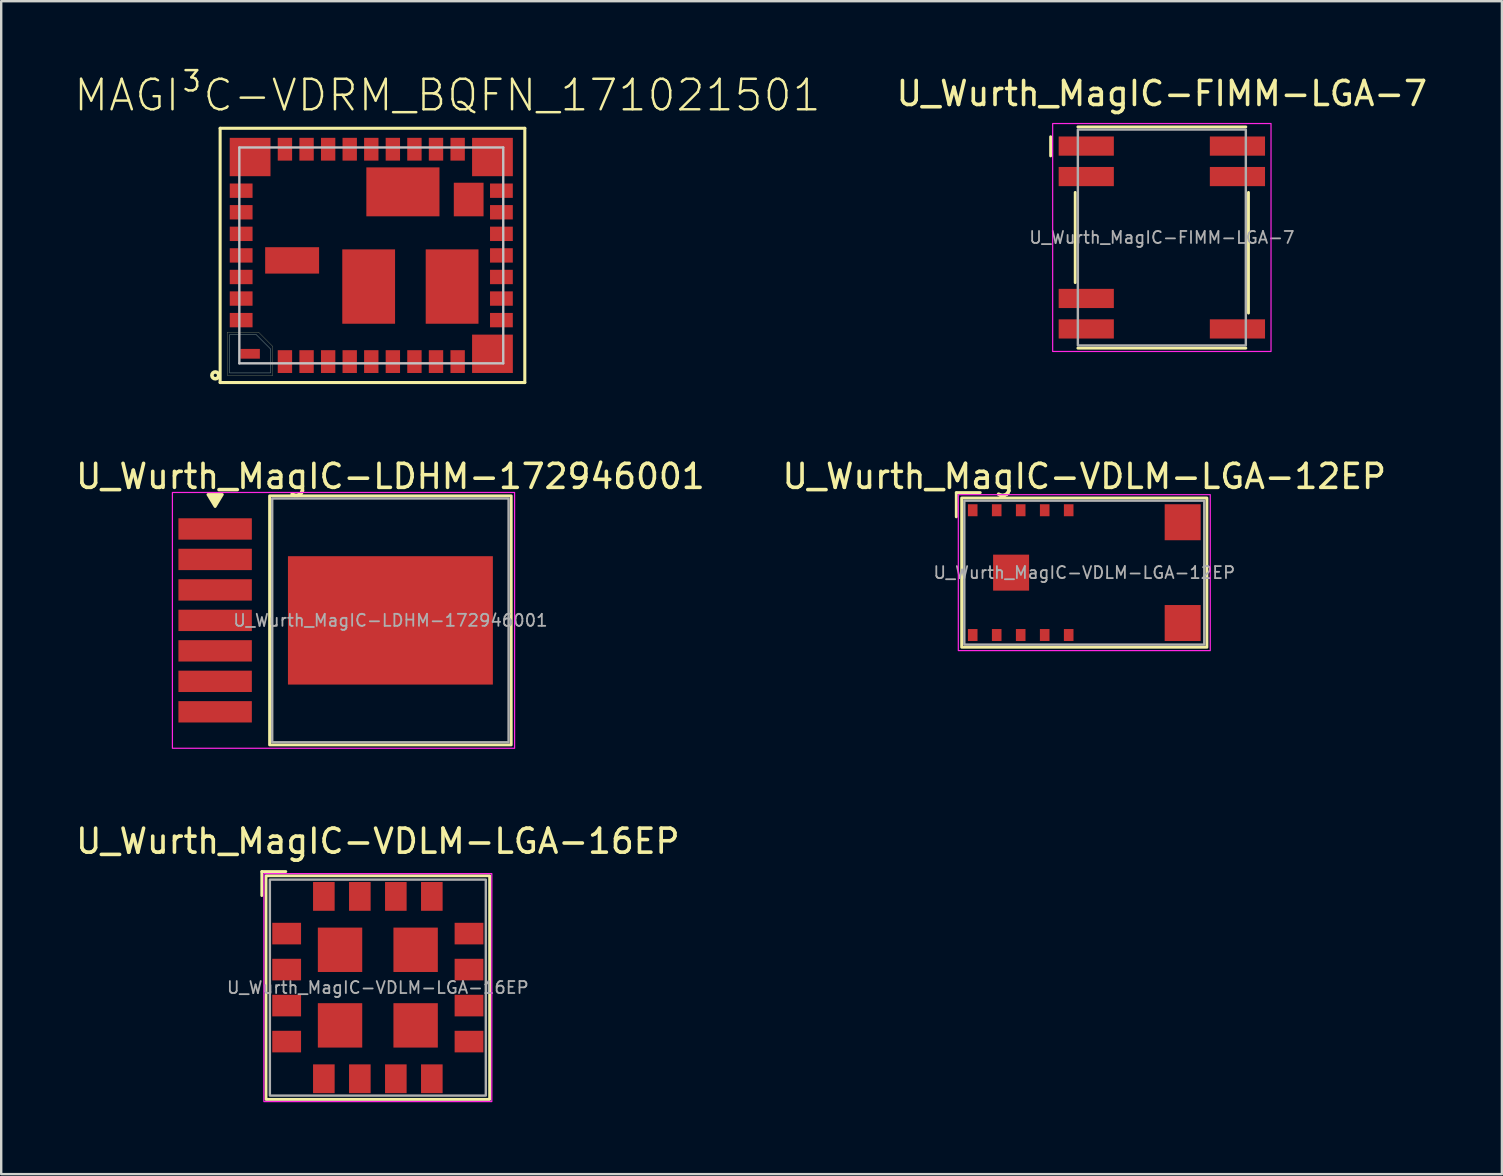
<source format=kicad_pcb>
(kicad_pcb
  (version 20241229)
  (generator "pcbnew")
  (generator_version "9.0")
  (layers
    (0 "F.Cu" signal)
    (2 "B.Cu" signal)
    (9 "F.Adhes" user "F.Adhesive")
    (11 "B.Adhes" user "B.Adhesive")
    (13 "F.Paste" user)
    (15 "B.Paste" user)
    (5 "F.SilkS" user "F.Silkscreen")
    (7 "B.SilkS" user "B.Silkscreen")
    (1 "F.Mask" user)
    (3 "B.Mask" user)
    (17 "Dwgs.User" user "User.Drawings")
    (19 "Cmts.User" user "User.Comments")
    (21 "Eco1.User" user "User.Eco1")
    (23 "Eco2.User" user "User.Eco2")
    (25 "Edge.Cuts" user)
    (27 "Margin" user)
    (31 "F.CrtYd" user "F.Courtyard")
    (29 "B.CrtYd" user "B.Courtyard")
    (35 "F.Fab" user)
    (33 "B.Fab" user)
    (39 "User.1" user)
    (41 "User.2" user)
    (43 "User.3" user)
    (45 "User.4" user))
  (footprint "U_Wurth_MagIC-VDLM-LGA-16EP"
    (layer "F.Cu")
    (at 12.696 38.107)
    (property "Reference" "U_Wurth_MagIC-VDLM-LGA-16EP" (at 0 -6.1 0) (unlocked yes) (layer "F.SilkS") (effects (font (size 1 1) (thickness 0.15))))
    (attr smd)
    (fp_line (start -4.835 -4.835) (end -4.835 -3.835) (stroke (width 0.12) (type default)) (layer "F.SilkS"))
    (fp_line (start -4.835 -4.835) (end -3.835 -4.835) (stroke (width 0.12) (type default)) (layer "F.SilkS"))
    (fp_rect (start -4.66 -4.66) (end 4.66 4.66) (stroke (width 0.12) (type default)) (fill no) (layer "F.SilkS"))
    (fp_rect (start -4.75 -4.75) (end 4.75 4.75) (stroke (width 0.05) (type default)) (fill no) (layer "F.CrtYd"))
    (fp_rect (start -4.5 -4.5) (end 4.5 4.5) (stroke (width 0.1) (type default)) (fill no) (layer "F.Fab"))
    (fp_text user "${REFERENCE}" (at 0 0 0) (unlocked yes) (layer "F.Fab") (effects (font (size 0.5 0.5) (thickness 0.075))))
    (pad "" smd rect (at -3.8 -2.25 90) (size 0.85 1.15) (layers "F.Paste"))
    (pad "" smd rect (at -3.8 -0.75 90) (size 0.85 1.15) (layers "F.Paste"))
    (pad "" smd rect (at -3.8 0.75 90) (size 0.85 1.15) (layers "F.Paste"))
    (pad "" smd rect (at -3.8 2.25 90) (size 0.85 1.15) (layers "F.Paste"))
    (pad "" smd rect (at -2.25 -3.8) (size 0.85 1.15) (layers "F.Paste"))
    (pad "" smd rect (at -2.25 3.8) (size 0.85 1.15) (layers "F.Paste"))
    (pad "" smd rect (at -1.575 -1.575) (size 1.65 1.65) (layers "F.Paste"))
    (pad "" smd rect (at -1.575 1.575) (size 1.65 1.65) (layers "F.Paste"))
    (pad "" smd rect (at -0.75 -3.8) (size 0.85 1.15) (layers "F.Paste"))
    (pad "" smd rect (at -0.75 3.8) (size 0.85 1.15) (layers "F.Paste"))
    (pad "" smd rect (at 0.75 -3.8) (size 0.85 1.15) (layers "F.Paste"))
    (pad "" smd rect (at 0.75 3.8) (size 0.85 1.15) (layers "F.Paste"))
    (pad "" smd rect (at 1.575 -1.575) (size 1.65 1.65) (layers "F.Paste"))
    (pad "" smd rect (at 1.575 1.575) (size 1.65 1.65) (layers "F.Paste"))
    (pad "" smd rect (at 2.25 -3.8) (size 0.85 1.15) (layers "F.Paste"))
    (pad "" smd rect (at 2.25 3.8) (size 0.85 1.15) (layers "F.Paste"))
    (pad "" smd rect (at 3.8 -2.25 270) (size 0.85 1.15) (layers "F.Paste"))
    (pad "" smd rect (at 3.8 -0.75 270) (size 0.85 1.15) (layers "F.Paste"))
    (pad "" smd rect (at 3.8 0.75 270) (size 0.85 1.15) (layers "F.Paste"))
    (pad "" smd rect (at 3.8 2.25 270) (size 0.85 1.15) (layers "F.Paste"))
    (pad "1" smd rect (at -3.8 -2.25 90) (size 0.9 1.2) (layers "F.Cu" "F.Mask"))
    (pad "2" smd rect (at -3.8 -0.75 90) (size 0.9 1.2) (layers "F.Cu" "F.Mask"))
    (pad "3" smd rect (at -3.8 0.75 90) (size 0.9 1.2) (layers "F.Cu" "F.Mask"))
    (pad "4" smd rect (at -3.8 2.25 90) (size 0.9 1.2) (layers "F.Cu" "F.Mask"))
    (pad "5" smd rect (at -2.25 3.8) (size 0.9 1.2) (layers "F.Cu" "F.Mask"))
    (pad "6" smd rect (at -0.75 3.8) (size 0.9 1.2) (layers "F.Cu" "F.Mask"))
    (pad "7" smd rect (at 0.75 3.8) (size 0.9 1.2) (layers "F.Cu" "F.Mask"))
    (pad "8" smd rect (at 2.25 3.8) (size 0.9 1.2) (layers "F.Cu" "F.Mask"))
    (pad "9" smd rect (at 3.8 2.25 270) (size 0.9 1.2) (layers "F.Cu" "F.Mask"))
    (pad "10" smd rect (at 3.8 0.75 270) (size 0.9 1.2) (layers "F.Cu" "F.Mask"))
    (pad "11" smd rect (at 3.8 -0.75 270) (size 0.9 1.2) (layers "F.Cu" "F.Mask"))
    (pad "12" smd rect (at 3.8 -2.25 270) (size 0.9 1.2) (layers "F.Cu" "F.Mask"))
    (pad "13" smd rect (at 2.25 -3.8) (size 0.9 1.2) (layers "F.Cu" "F.Mask"))
    (pad "14" smd rect (at 0.75 -3.8) (size 0.9 1.2) (layers "F.Cu" "F.Mask"))
    (pad "15" smd rect (at -0.75 -3.8) (size 0.9 1.2) (layers "F.Cu" "F.Mask"))
    (pad "16" smd rect (at -2.25 -3.8) (size 0.9 1.2) (layers "F.Cu" "F.Mask"))
    (pad "EP" smd rect (at -1.575 -1.575) (size 1.85 1.85) (layers "F.Cu" "F.Mask"))
    (pad "EP" smd rect (at -1.575 1.575) (size 1.85 1.85) (layers "F.Cu" "F.Mask"))
    (pad "EP" smd rect (at 1.575 -1.575) (size 1.85 1.85) (layers "F.Cu" "F.Mask"))
    (pad "EP" smd rect (at 1.575 1.575) (size 1.85 1.85) (layers "F.Cu" "F.Mask")))
  (footprint "MAGI³C-VDRM_BQFN_171021501"
    (layer "F.Cu")
    (at 12.423 7.594)
    (property "Reference" "MAGI³C-VDRM_BQFN_171021501" (at 3.175 -6.673 0) (layer "F.SilkS") (effects (font (size 1.27 1.27) (thickness 0.102))))
    (attr smd)
    (fp_line (start -5.898 3.299) (end -4.798 3.299) (stroke (width 0.008) (type solid)) (layer "B.Cu"))
    (fp_line (start -5.898 4.9) (end -5.898 3.299) (stroke (width 0.008) (type solid)) (layer "B.Cu"))
    (fp_line (start -4.798 3.299) (end -4.199 3.899) (stroke (width 0.008) (type solid)) (layer "B.Cu"))
    (fp_line (start -4.199 3.899) (end -4.199 4.9) (stroke (width 0.008) (type solid)) (layer "B.Cu"))
    (fp_line (start -4.199 4.9) (end -5.898 4.9) (stroke (width 0.008) (type solid)) (layer "B.Cu"))
    (fp_line (start -6.299 -5.298) (end 6.398 -5.298) (stroke (width 0.127) (type solid)) (layer "F.SilkS"))
    (fp_line (start -6.299 5.298) (end -6.299 -5.298) (stroke (width 0.127) (type solid)) (layer "F.SilkS"))
    (fp_line (start -5.999 3.198) (end -4.699 3.198) (stroke (width 0.008) (type solid)) (layer "F.SilkS"))
    (fp_line (start -5.999 4.999) (end -5.999 3.198) (stroke (width 0.008) (type solid)) (layer "F.SilkS"))
    (fp_line (start -5.898 3.299) (end -4.798 3.299) (stroke (width 0.008) (type solid)) (layer "F.SilkS"))
    (fp_line (start -5.898 4.9) (end -5.898 3.299) (stroke (width 0.008) (type solid)) (layer "F.SilkS"))
    (fp_line (start -4.798 3.299) (end -4.199 3.899) (stroke (width 0.008) (type solid)) (layer "F.SilkS"))
    (fp_line (start -4.699 3.198) (end -4.1 3.8) (stroke (width 0.008) (type solid)) (layer "F.SilkS"))
    (fp_line (start -4.199 3.899) (end -4.199 4.9) (stroke (width 0.008) (type solid)) (layer "F.SilkS"))
    (fp_line (start -4.199 4.9) (end -5.898 4.9) (stroke (width 0.008) (type solid)) (layer "F.SilkS"))
    (fp_line (start -4.1 3.8) (end -4.1 4.999) (stroke (width 0.008) (type solid)) (layer "F.SilkS"))
    (fp_line (start -4.1 4.999) (end -5.999 4.999) (stroke (width 0.008) (type solid)) (layer "F.SilkS"))
    (fp_line (start 6.398 -5.298) (end 6.398 5.298) (stroke (width 0.127) (type solid)) (layer "F.SilkS"))
    (fp_line (start 6.398 5.298) (end -6.299 5.298) (stroke (width 0.127) (type solid)) (layer "F.SilkS"))
    (fp_circle (center -6.5 4.999) (end -6.548 5.047) (stroke (width 0.15) (type solid)) (fill no) (layer "F.SilkS"))
    (fp_line (start -5.499 -4.498) (end -5.499 4.498) (stroke (width 0.099) (type solid)) (layer "Dwgs.User"))
    (fp_line (start -5.499 -4.498) (end 5.499 -4.498) (stroke (width 0.099) (type solid)) (layer "Dwgs.User"))
    (fp_line (start -5.499 4.498) (end 5.499 4.498) (stroke (width 0.099) (type solid)) (layer "Dwgs.User"))
    (fp_line (start 5.499 -4.498) (end 5.499 4.498) (stroke (width 0.099) (type solid)) (layer "Dwgs.User"))
    (pad "1" smd rect (at -5.05 4.1) (size 0.813 0.406) (layers "F.Cu" "F.Mask" "F.Paste"))
    (pad "2" smd rect (at -3.599 4.425 90) (size 0.95 0.599) (layers "F.Cu" "F.Mask" "F.Paste"))
    (pad "3" smd rect (at -2.697 4.425 90) (size 0.95 0.599) (layers "F.Cu" "F.Mask" "F.Paste"))
    (pad "4" smd rect (at -1.798 4.425 90) (size 0.95 0.599) (layers "F.Cu" "F.Mask" "F.Paste"))
    (pad "5" smd rect (at -0.899 4.425 90) (size 0.95 0.599) (layers "F.Cu" "F.Mask" "F.Paste"))
    (pad "6" smd rect (at 0 4.425 90) (size 0.95 0.599) (layers "F.Cu" "F.Mask" "F.Paste"))
    (pad "7" smd rect (at 0.899 4.425 90) (size 0.95 0.599) (layers "F.Cu" "F.Mask" "F.Paste"))
    (pad "8" smd rect (at 1.798 4.425 90) (size 0.95 0.599) (layers "F.Cu" "F.Mask" "F.Paste"))
    (pad "9" smd rect (at 2.697 4.425 90) (size 0.95 0.599) (layers "F.Cu" "F.Mask" "F.Paste"))
    (pad "10" smd rect (at 3.599 4.425 90) (size 0.95 0.599) (layers "F.Cu" "F.Mask" "F.Paste"))
    (pad "11" smd rect (at 5.05 4.1) (size 1.699 1.598) (layers "F.Cu" "F.Mask" "F.Paste"))
    (pad "12" smd rect (at 5.423 2.697 180) (size 0.95 0.599) (layers "F.Cu" "F.Mask" "F.Paste"))
    (pad "13" smd rect (at 5.423 1.798 180) (size 0.95 0.599) (layers "F.Cu" "F.Mask" "F.Paste"))
    (pad "14" smd rect (at 5.423 0.899 180) (size 0.95 0.599) (layers "F.Cu" "F.Mask" "F.Paste"))
    (pad "15" smd rect (at 5.423 0 180) (size 0.95 0.599) (layers "F.Cu" "F.Mask" "F.Paste"))
    (pad "16" smd rect (at 5.423 -0.899 180) (size 0.95 0.599) (layers "F.Cu" "F.Mask" "F.Paste"))
    (pad "17" smd rect (at 5.423 -1.798 180) (size 0.95 0.599) (layers "F.Cu" "F.Mask" "F.Paste"))
    (pad "18" smd rect (at 5.423 -2.697 180) (size 0.95 0.599) (layers "F.Cu" "F.Mask" "F.Paste"))
    (pad "19" smd rect (at 5.05 -4.1) (size 1.699 1.598) (layers "F.Cu" "F.Mask" "F.Paste"))
    (pad "20" smd rect (at 3.599 -4.425 90) (size 0.95 0.599) (layers "F.Cu" "F.Mask" "F.Paste"))
    (pad "21" smd rect (at 2.697 -4.425 90) (size 0.95 0.599) (layers "F.Cu" "F.Mask" "F.Paste"))
    (pad "22" smd rect (at 1.798 -4.425 90) (size 0.95 0.599) (layers "F.Cu" "F.Mask" "F.Paste"))
    (pad "23" smd rect (at 0.899 -4.425 90) (size 0.95 0.599) (layers "F.Cu" "F.Mask" "F.Paste"))
    (pad "24" smd rect (at 0 -4.425 90) (size 0.95 0.599) (layers "F.Cu" "F.Mask" "F.Paste"))
    (pad "25" smd rect (at -0.899 -4.425 90) (size 0.95 0.599) (layers "F.Cu" "F.Mask" "F.Paste"))
    (pad "26" smd rect (at -1.798 -4.425 90) (size 0.95 0.599) (layers "F.Cu" "F.Mask" "F.Paste"))
    (pad "27" smd rect (at -2.697 -4.425 90) (size 0.95 0.599) (layers "F.Cu" "F.Mask" "F.Paste"))
    (pad "28" smd rect (at -3.599 -4.425 90) (size 0.95 0.599) (layers "F.Cu" "F.Mask" "F.Paste"))
    (pad "29" smd rect (at -5.05 -4.1) (size 1.699 1.598) (layers "F.Cu" "F.Mask" "F.Paste"))
    (pad "30" smd rect (at -5.423 -2.697 180) (size 0.95 0.599) (layers "F.Cu" "F.Mask" "F.Paste"))
    (pad "31" smd rect (at -5.423 -1.798 180) (size 0.95 0.599) (layers "F.Cu" "F.Mask" "F.Paste"))
    (pad "32" smd rect (at -5.423 -0.899 180) (size 0.95 0.599) (layers "F.Cu" "F.Mask" "F.Paste"))
    (pad "33" smd rect (at -5.423 0 180) (size 0.95 0.599) (layers "F.Cu" "F.Mask" "F.Paste"))
    (pad "34" smd rect (at -5.423 0.899 180) (size 0.95 0.599) (layers "F.Cu" "F.Mask" "F.Paste"))
    (pad "35" smd rect (at -5.423 1.798 180) (size 0.95 0.599) (layers "F.Cu" "F.Mask" "F.Paste"))
    (pad "36" smd rect (at -5.423 2.697 180) (size 0.95 0.599) (layers "F.Cu" "F.Mask" "F.Paste"))
    (pad "37" smd rect (at -3.299 0.208) (size 2.248 1.1) (layers "F.Cu" "F.Mask" "F.Paste"))
    (pad "38" smd rect (at -0.109 1.298 90) (size 3.099 2.2) (layers "F.Cu" "F.Mask" "F.Paste"))
    (pad "39" smd rect (at 3.368 1.298 90) (size 3.099 2.2) (layers "F.Cu" "F.Mask" "F.Paste"))
    (pad "40" smd rect (at 4.059 -2.329 90) (size 1.4 1.24) (layers "F.Cu" "F.Mask" "F.Paste"))
    (pad "41" smd rect (at 1.318 -2.649 90) (size 2.04 3.048) (layers "F.Cu" "F.Mask" "F.Paste")))
  (footprint "U_Wurth_MagIC-LDHM-172946001"
    (layer "F.Cu")
    (at 13.22 22.804)
    (property "Reference" "U_Wurth_MagIC-LDHM-172946001" (at 0 -6 0) (layer "F.SilkS") (effects (font (size 1 1) (thickness 0.15))))
    (attr smd)
    (fp_rect (start -5.035 -5.19) (end 5.035 5.19) (stroke (width 0.12) (type default)) (fill no) (layer "F.SilkS"))
    (fp_poly (pts (xy -7.005 -5.245) (xy -7.305 -4.745) (xy -7.605 -5.245)) (stroke (width 0.12) (type solid)) (fill yes) (layer "F.SilkS"))
    (fp_rect (start -9.085 -5.33) (end 5.175 5.33) (stroke (width 0.05) (type default)) (fill no) (layer "F.CrtYd"))
    (fp_rect (start -4.925 -5.08) (end 4.925 5.08) (stroke (width 0.1) (type default)) (fill no) (layer "F.Fab"))
    (fp_text user "${REFERENCE}" (at 0 0 0) (unlocked yes) (layer "F.Fab") (effects (font (size 0.5 0.5) (thickness 0.075))))
    (pad "" smd rect (at -3.45 -1.935) (size 0.95 1.09) (layers "F.Paste"))
    (pad "" smd rect (at -3.45 -0.645) (size 0.95 1.09) (layers "F.Paste"))
    (pad "" smd rect (at -3.45 0.645) (size 0.95 1.09) (layers "F.Paste"))
    (pad "" smd rect (at -3.45 1.935) (size 0.95 1.09) (layers "F.Paste"))
    (pad "" smd rect (at -2.3 -1.935) (size 0.95 1.09) (layers "F.Paste"))
    (pad "" smd rect (at -2.3 -0.645) (size 0.95 1.09) (layers "F.Paste"))
    (pad "" smd rect (at -2.3 0.645) (size 0.95 1.09) (layers "F.Paste"))
    (pad "" smd rect (at -2.3 1.935) (size 0.95 1.09) (layers "F.Paste"))
    (pad "" smd rect (at -1.15 -1.935) (size 0.95 1.09) (layers "F.Paste"))
    (pad "" smd rect (at -1.15 -0.645) (size 0.95 1.09) (layers "F.Paste"))
    (pad "" smd rect (at -1.15 0.645) (size 0.95 1.09) (layers "F.Paste"))
    (pad "" smd rect (at -1.15 1.935) (size 0.95 1.09) (layers "F.Paste"))
    (pad "" smd rect (at 0 -1.935) (size 0.95 1.09) (layers "F.Paste"))
    (pad "" smd rect (at 0 -0.645) (size 0.95 1.09) (layers "F.Paste"))
    (pad "" smd rect (at 0 0.645) (size 0.95 1.09) (layers "F.Paste"))
    (pad "" smd rect (at 0 1.935) (size 0.95 1.09) (layers "F.Paste"))
    (pad "" smd rect (at 1.15 -1.935) (size 0.95 1.09) (layers "F.Paste"))
    (pad "" smd rect (at 1.15 -0.645) (size 0.95 1.09) (layers "F.Paste"))
    (pad "" smd rect (at 1.15 0.645) (size 0.95 1.09) (layers "F.Paste"))
    (pad "" smd rect (at 1.15 1.935) (size 0.95 1.09) (layers "F.Paste"))
    (pad "" smd rect (at 2.3 -1.935) (size 0.95 1.09) (layers "F.Paste"))
    (pad "" smd rect (at 2.3 -0.645) (size 0.95 1.09) (layers "F.Paste"))
    (pad "" smd rect (at 2.3 0.645) (size 0.95 1.09) (layers "F.Paste"))
    (pad "" smd rect (at 2.3 1.935) (size 0.95 1.09) (layers "F.Paste"))
    (pad "" smd rect (at 3.45 -1.935) (size 0.95 1.09) (layers "F.Paste"))
    (pad "" smd rect (at 3.45 -0.645) (size 0.95 1.09) (layers "F.Paste"))
    (pad "" smd rect (at 3.45 0.645) (size 0.95 1.09) (layers "F.Paste"))
    (pad "" smd rect (at 3.45 1.935) (size 0.95 1.09) (layers "F.Paste"))
    (pad "1" smd rect (at -7.305 -3.81) (size 3.06 0.89) (layers "F.Cu" "F.Mask" "F.Paste"))
    (pad "2" smd rect (at -7.305 -2.54) (size 3.06 0.89) (layers "F.Cu" "F.Mask" "F.Paste"))
    (pad "3" smd rect (at -7.305 -1.27) (size 3.06 0.89) (layers "F.Cu" "F.Mask" "F.Paste"))
    (pad "4" smd rect (at -7.305 0) (size 3.06 0.89) (layers "F.Cu" "F.Mask" "F.Paste"))
    (pad "5" smd rect (at -7.305 1.27) (size 3.06 0.89) (layers "F.Cu" "F.Mask" "F.Paste"))
    (pad "6" smd rect (at -7.305 2.54) (size 3.06 0.89) (layers "F.Cu" "F.Mask" "F.Paste"))
    (pad "7" smd rect (at -7.305 3.81) (size 3.06 0.89) (layers "F.Cu" "F.Mask" "F.Paste"))
    (pad "EP" smd rect (at 0 0) (size 8.54 5.35) (layers "F.Cu" "F.Mask")))
  (footprint "U_Wurth_MagIC-FIMM-LGA-7"
    (layer "F.Cu")
    (at 45.369 6.848)
    (property "Reference" "U_Wurth_MagIC-FIMM-LGA-7" (at 0 -6 0) (layer "F.SilkS") (effects (font (size 1 1) (thickness 0.15))))
    (attr smd)
    (fp_line (start -4.635 -4.2) (end -4.635 -3.4) (stroke (width 0.12) (type default)) (layer "F.SilkS"))
    (fp_line (start -3.61 -1.88) (end -3.61 1.88) (stroke (width 0.12) (type default)) (layer "F.SilkS"))
    (fp_line (start 3.5 -4.61) (end -3.5 -4.61) (stroke (width 0.12) (type default)) (layer "F.SilkS"))
    (fp_line (start 3.5 4.61) (end -3.5 4.61) (stroke (width 0.12) (type default)) (layer "F.SilkS"))
    (fp_line (start 3.61 -1.88) (end 3.61 3.15) (stroke (width 0.12) (type default)) (layer "F.SilkS"))
    (fp_rect (start 4.55 -4.75) (end -4.55 4.75) (stroke (width 0.05) (type default)) (fill no) (layer "F.CrtYd"))
    (fp_rect (start 3.5 -4.5) (end -3.5 4.5) (stroke (width 0.1) (type default)) (fill no) (layer "F.Fab"))
    (fp_text user "${REFERENCE}" (at 0 0 0) (layer "F.Fab") (effects (font (size 0.5 0.5) (thickness 0.075))))
    (pad "1" smd rect (at -3.15 -3.81 270) (size 0.8 2.3) (layers "F.Cu" "F.Mask" "F.Paste"))
    (pad "2" smd rect (at -3.15 -2.54 270) (size 0.8 2.3) (layers "F.Cu" "F.Mask" "F.Paste"))
    (pad "3" smd rect (at -3.15 2.54 270) (size 0.8 2.3) (layers "F.Cu" "F.Mask" "F.Paste"))
    (pad "4" smd rect (at -3.15 3.81 270) (size 0.8 2.3) (layers "F.Cu" "F.Mask" "F.Paste"))
    (pad "5" smd rect (at 3.15 3.81 270) (size 0.8 2.3) (layers "F.Cu" "F.Mask" "F.Paste"))
    (pad "6" smd rect (at 3.15 -2.54 270) (size 0.8 2.3) (layers "F.Cu" "F.Mask" "F.Paste"))
    (pad "7" smd rect (at 3.15 -3.81 270) (size 0.8 2.3) (layers "F.Cu" "F.Mask" "F.Paste")))
  (footprint "U_Wurth_MagIC-VDLM-LGA-12EP"
    (layer "F.Cu")
    (at 42.137 20.814)
    (property "Reference" "U_Wurth_MagIC-VDLM-LGA-12EP" (at 0 -4.01 0) (unlocked yes) (layer "F.SilkS") (effects (font (size 1 1) (thickness 0.15))))
    (attr smd)
    (fp_line (start -5.335 -3.335) (end -4.335 -3.335) (stroke (width 0.12) (type default)) (layer "F.SilkS"))
    (fp_line (start -5.335 -3.325) (end -5.335 -2.325) (stroke (width 0.12) (type default)) (layer "F.SilkS"))
    (fp_rect (start -5.11 -3.11) (end 5.11 3.11) (stroke (width 0.12) (type default)) (fill no) (layer "F.SilkS"))
    (fp_rect (start -5.25 -3.25) (end 5.25 3.25) (stroke (width 0.05) (type default)) (fill no) (layer "F.CrtYd"))
    (fp_rect (start -5 -3) (end 5 3) (stroke (width 0.1) (type default)) (fill no) (layer "F.Fab"))
    (fp_text user "${REFERENCE}" (at 0 0 0) (unlocked yes) (layer "F.Fab") (effects (font (size 0.5 0.5) (thickness 0.075))))
    (pad "1" smd rect (at -4.65 -2.6) (size 0.4 0.5) (layers "F.Cu" "F.Mask" "F.Paste"))
    (pad "2" smd rect (at -3.65 -2.6) (size 0.4 0.5) (layers "F.Cu" "F.Mask" "F.Paste"))
    (pad "3" smd rect (at -2.65 -2.6) (size 0.4 0.5) (layers "F.Cu" "F.Mask" "F.Paste"))
    (pad "4" smd rect (at -1.65 -2.6) (size 0.4 0.5) (layers "F.Cu" "F.Mask" "F.Paste"))
    (pad "5" smd rect (at -0.65 -2.6) (size 0.4 0.5) (layers "F.Cu" "F.Mask" "F.Paste"))
    (pad "6" smd rect (at 4.1 -2.1) (size 1.5 1.5) (layers "F.Cu" "F.Mask" "F.Paste"))
    (pad "7" smd rect (at 4.1 2.1) (size 1.5 1.5) (layers "F.Cu" "F.Mask" "F.Paste"))
    (pad "8" smd rect (at -0.65 2.6) (size 0.4 0.5) (layers "F.Cu" "F.Mask" "F.Paste"))
    (pad "9" smd rect (at -1.65 2.6) (size 0.4 0.5) (layers "F.Cu" "F.Mask" "F.Paste"))
    (pad "10" smd rect (at -2.65 2.6) (size 0.4 0.5) (layers "F.Cu" "F.Mask" "F.Paste"))
    (pad "11" smd rect (at -3.65 2.6) (size 0.4 0.5) (layers "F.Cu" "F.Mask" "F.Paste"))
    (pad "12" smd rect (at -4.65 2.6) (size 0.4 0.5) (layers "F.Cu" "F.Mask" "F.Paste"))
    (pad "EP" smd rect (at -3.05 0) (size 1.5 1.5) (layers "F.Cu" "F.Mask" "F.Paste")))
  (gr_rect
    (start -3 -3)
    (end 59.541 45.882)
    (stroke (width 0.1) (type default))
    (fill no)
    (layer "Edge.Cuts")))
</source>
